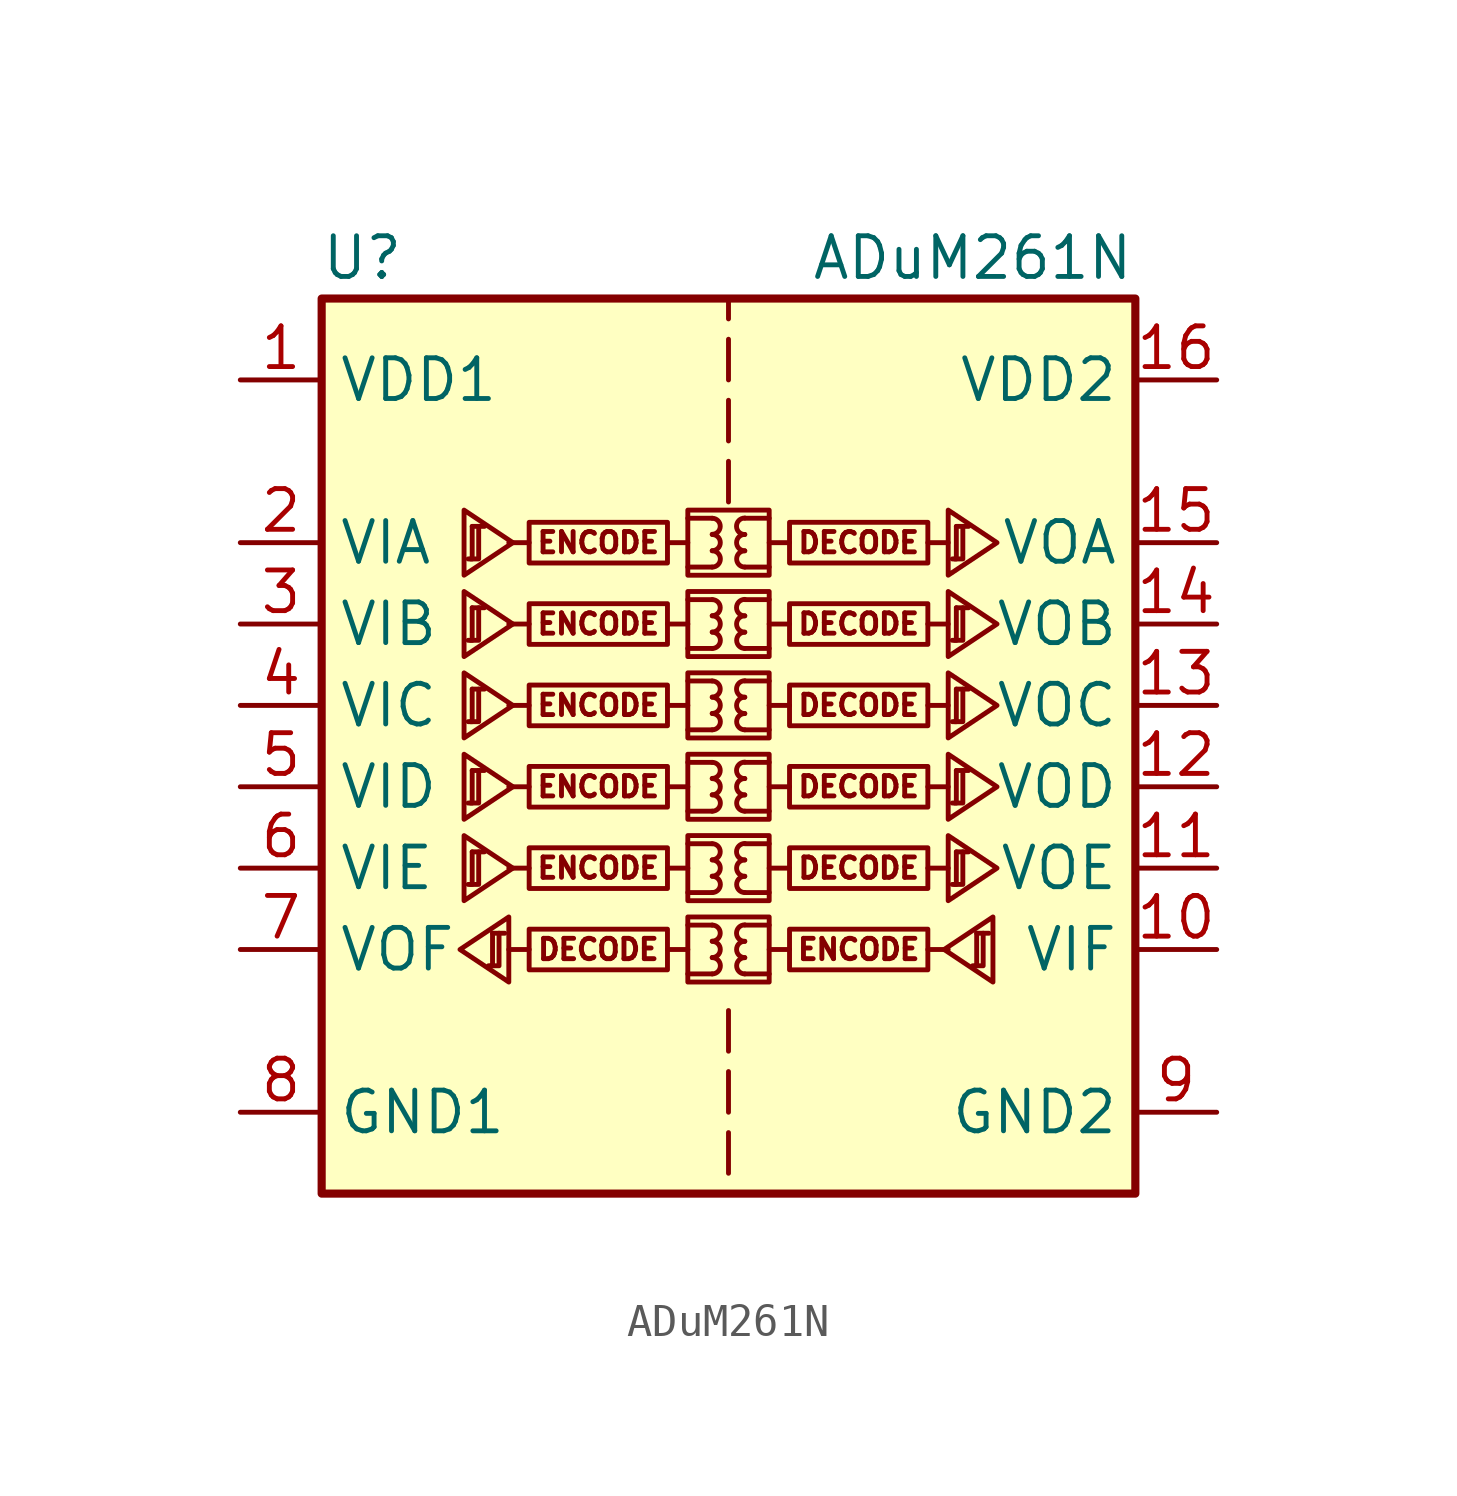
<source format=kicad_sym>
(kicad_symbol_lib
  (version 20201005)
  (generator kicad_symbol_editor)
  (symbol "Isolator_Digital:ADuM261N"
    (property "Reference" "U"
      (at -11.43 16.51 0)
      (effects (font (size 1.27 1.27))))
    (property "Value" "ADuM261N"
      (at 7.62 16.51 0)
      (effects (font (size 1.27 1.27))))
    (symbol "ADuM261N_1_0"
      (arc (start -0.508 -5.842) (end -0.508 -5.334) (radius (at -0.508 -5.588) (length 0.254) (angles -89.9 89.9)) (stroke (width 0)) (fill (type none)))
      (arc (start -0.508 -5.334) (end -0.508 -4.826) (radius (at -0.508 -5.08) (length 0.254) (angles -89.9 89.9)) (stroke (width 0)) (fill (type none)))
      (arc (start -0.508 -4.826) (end -0.508 -4.318) (radius (at -0.508 -4.572) (length 0.254) (angles -89.9 89.9)) (stroke (width 0)) (fill (type none)))
      (arc (start -0.508 -3.302) (end -0.508 -2.794) (radius (at -0.508 -3.048) (length 0.254) (angles -89.9 89.9)) (stroke (width 0)) (fill (type none)))
      (arc (start -0.508 -2.794) (end -0.508 -2.286) (radius (at -0.508 -2.54) (length 0.254) (angles -89.9 89.9)) (stroke (width 0)) (fill (type none)))
      (arc (start -0.508 -2.286) (end -0.508 -1.778) (radius (at -0.508 -2.032) (length 0.254) (angles -89.9 89.9)) (stroke (width 0)) (fill (type none)))
      (arc (start -0.508 -0.762) (end -0.508 -0.254) (radius (at -0.508 -0.508) (length 0.254) (angles -89.9 89.9)) (stroke (width 0)) (fill (type none)))
      (arc (start -0.508 -0.254) (end -0.508 0.254) (radius (at -0.508 0) (length 0.254) (angles -89.9 89.9)) (stroke (width 0)) (fill (type none)))
      (arc (start -0.508 0.254) (end -0.508 0.762) (radius (at -0.508 0.508) (length 0.254) (angles -89.9 89.9)) (stroke (width 0)) (fill (type none)))
      (arc (start -0.508 1.778) (end -0.508 2.286) (radius (at -0.508 2.032) (length 0.254) (angles -89.9 89.9)) (stroke (width 0)) (fill (type none)))
      (arc (start -0.508 2.286) (end -0.508 2.794) (radius (at -0.508 2.54) (length 0.254) (angles -89.9 89.9)) (stroke (width 0)) (fill (type none)))
      (arc (start -0.508 2.794) (end -0.508 3.302) (radius (at -0.508 3.048) (length 0.254) (angles -89.9 89.9)) (stroke (width 0)) (fill (type none)))
      (arc (start -0.508 4.318) (end -0.508 4.826) (radius (at -0.508 4.572) (length 0.254) (angles -89.9 89.9)) (stroke (width 0)) (fill (type none)))
      (arc (start -0.508 4.826) (end -0.508 5.334) (radius (at -0.508 5.08) (length 0.254) (angles -89.9 89.9)) (stroke (width 0)) (fill (type none)))
      (arc (start -0.508 5.334) (end -0.508 5.842) (radius (at -0.508 5.588) (length 0.254) (angles -89.9 89.9)) (stroke (width 0)) (fill (type none)))
      (arc (start -0.508 6.858) (end -0.508 7.366) (radius (at -0.508 7.112) (length 0.254) (angles -89.9 89.9)) (stroke (width 0)) (fill (type none)))
      (arc (start -0.508 7.366) (end -0.508 7.874) (radius (at -0.508 7.62) (length 0.254) (angles -89.9 89.9)) (stroke (width 0)) (fill (type none)))
      (arc (start -0.508 7.874) (end -0.508 8.382) (radius (at -0.508 8.128) (length 0.254) (angles -89.9 89.9)) (stroke (width 0)) (fill (type none)))
      (arc (start 0.508 -5.334) (end 0.508 -5.842) (radius (at 0.508 -5.588) (length 0.254) (angles 90.1 -90.1)) (stroke (width 0)) (fill (type none)))
      (arc (start 0.508 -4.826) (end 0.508 -5.334) (radius (at 0.508 -5.08) (length 0.254) (angles 90.1 -90.1)) (stroke (width 0)) (fill (type none)))
      (arc (start 0.508 -4.318) (end 0.508 -4.826) (radius (at 0.508 -4.572) (length 0.254) (angles 90.1 -90.1)) (stroke (width 0)) (fill (type none)))
      (arc (start 0.508 -2.794) (end 0.508 -3.302) (radius (at 0.508 -3.048) (length 0.254) (angles 90.1 -90.1)) (stroke (width 0)) (fill (type none)))
      (arc (start 0.508 -2.286) (end 0.508 -2.794) (radius (at 0.508 -2.54) (length 0.254) (angles 90.1 -90.1)) (stroke (width 0)) (fill (type none)))
      (arc (start 0.508 -1.778) (end 0.508 -2.286) (radius (at 0.508 -2.032) (length 0.254) (angles 90.1 -90.1)) (stroke (width 0)) (fill (type none)))
      (arc (start 0.508 -0.254) (end 0.508 -0.762) (radius (at 0.508 -0.508) (length 0.254) (angles 90.1 -90.1)) (stroke (width 0)) (fill (type none)))
      (arc (start 0.508 0.254) (end 0.508 -0.254) (radius (at 0.508 0) (length 0.254) (angles 90.1 -90.1)) (stroke (width 0)) (fill (type none)))
      (arc (start 0.508 0.762) (end 0.508 0.254) (radius (at 0.508 0.508) (length 0.254) (angles 90.1 -90.1)) (stroke (width 0)) (fill (type none)))
      (arc (start 0.508 2.286) (end 0.508 1.778) (radius (at 0.508 2.032) (length 0.254) (angles 90.1 -90.1)) (stroke (width 0)) (fill (type none)))
      (arc (start 0.508 2.794) (end 0.508 2.286) (radius (at 0.508 2.54) (length 0.254) (angles 90.1 -90.1)) (stroke (width 0)) (fill (type none)))
      (arc (start 0.508 3.302) (end 0.508 2.794) (radius (at 0.508 3.048) (length 0.254) (angles 90.1 -90.1)) (stroke (width 0)) (fill (type none)))
      (arc (start 0.508 4.826) (end 0.508 4.318) (radius (at 0.508 4.572) (length 0.254) (angles 90.1 -90.1)) (stroke (width 0)) (fill (type none)))
      (arc (start 0.508 5.334) (end 0.508 4.826) (radius (at 0.508 5.08) (length 0.254) (angles 90.1 -90.1)) (stroke (width 0)) (fill (type none)))
      (arc (start 0.508 5.842) (end 0.508 5.334) (radius (at 0.508 5.588) (length 0.254) (angles 90.1 -90.1)) (stroke (width 0)) (fill (type none)))
      (arc (start 0.508 7.366) (end 0.508 6.858) (radius (at 0.508 7.112) (length 0.254) (angles 90.1 -90.1)) (stroke (width 0)) (fill (type none)))
      (arc (start 0.508 7.874) (end 0.508 7.366) (radius (at 0.508 7.62) (length 0.254) (angles 90.1 -90.1)) (stroke (width 0)) (fill (type none)))
      (arc (start 0.508 8.382) (end 0.508 7.874) (radius (at 0.508 8.128) (length 0.254) (angles 90.1 -90.1)) (stroke (width 0)) (fill (type none)))
      (text "DECODE" (at -4.064 -5.08 0) (effects (font (size 0.635 0.635))))
      (text "DECODE" (at 4.064 -2.54 0) (effects (font (size 0.635 0.635))))
      (text "DECODE" (at 4.064 0 0) (effects (font (size 0.635 0.635))))
      (text "DECODE" (at 4.064 2.54 0) (effects (font (size 0.635 0.635))))
      (text "DECODE" (at 4.064 5.08 0) (effects (font (size 0.635 0.635))))
      (text "DECODE" (at 4.064 7.62 0) (effects (font (size 0.635 0.635))))
      (text "ENCODE" (at -4.064 -2.54 0) (effects (font (size 0.635 0.635))))
      (text "ENCODE" (at -4.064 0 0) (effects (font (size 0.635 0.635))))
      (text "ENCODE" (at -4.064 2.54 0) (effects (font (size 0.635 0.635))))
      (text "ENCODE" (at -4.064 5.08 0) (effects (font (size 0.635 0.635))))
      (text "ENCODE" (at -4.064 7.62 0) (effects (font (size 0.635 0.635))))
      (text "ENCODE" (at 4.064 -5.08 0) (effects (font (size 0.635 0.635))))
      (rectangle (start -1.27 -4.064) (end 1.27 -6.096) (stroke (width 0)) (fill (type none)))
      (rectangle (start -1.27 -1.524) (end 1.27 -3.556) (stroke (width 0)) (fill (type none)))
      (rectangle (start -1.27 1.016) (end 1.27 -1.016) (stroke (width 0)) (fill (type none)))
      (rectangle (start -1.27 3.556) (end 1.27 1.524) (stroke (width 0)) (fill (type none)))
      (rectangle (start -1.27 6.096) (end 1.27 4.064) (stroke (width 0)) (fill (type none)))
      (rectangle (start -1.27 8.636) (end 1.27 6.604) (stroke (width 0)) (fill (type none)))
      (rectangle (start 1.905 -4.445) (end 6.223 -5.715) (stroke (width 0)) (fill (type none)))
      (rectangle (start 1.905 -1.905) (end 6.223 -3.175) (stroke (width 0)) (fill (type none)))
      (rectangle (start 1.905 0.635) (end 6.223 -0.635) (stroke (width 0)) (fill (type none)))
      (rectangle (start 1.905 3.175) (end 6.223 1.905) (stroke (width 0)) (fill (type none)))
      (rectangle (start 1.905 5.715) (end 6.223 4.445) (stroke (width 0)) (fill (type none)))
      (rectangle (start 1.905 8.255) (end 6.223 6.985) (stroke (width 0)) (fill (type none)))
      (polyline (pts (xy -6.223 -5.08) (xy -6.858 -5.08)) (stroke (width 0)) (fill (type none)))
      (polyline (pts (xy -6.223 -2.54) (xy -6.858 -2.54)) (stroke (width 0)) (fill (type none)))
      (polyline (pts (xy -6.223 0) (xy -6.858 0)) (stroke (width 0)) (fill (type none)))
      (polyline (pts (xy -6.223 2.54) (xy -6.858 2.54)) (stroke (width 0)) (fill (type none)))
      (polyline (pts (xy -6.223 5.08) (xy -6.858 5.08)) (stroke (width 0)) (fill (type none)))
      (polyline (pts (xy -6.223 7.62) (xy -6.858 7.62)) (stroke (width 0)) (fill (type none)))
      (polyline (pts (xy -1.905 -5.08) (xy -1.27 -5.08)) (stroke (width 0)) (fill (type none)))
      (polyline (pts (xy -1.905 -2.54) (xy -1.27 -2.54)) (stroke (width 0)) (fill (type none)))
      (polyline (pts (xy -1.905 0) (xy -1.27 0)) (stroke (width 0)) (fill (type none)))
      (polyline (pts (xy -1.905 2.54) (xy -1.27 2.54)) (stroke (width 0)) (fill (type none)))
      (polyline (pts (xy -1.905 5.08) (xy -1.27 5.08)) (stroke (width 0)) (fill (type none)))
      (polyline (pts (xy -1.905 7.62) (xy -1.27 7.62)) (stroke (width 0)) (fill (type none)))
      (polyline (pts (xy -1.27 -5.842) (xy -0.508 -5.842)) (stroke (width 0)) (fill (type none)))
      (polyline (pts (xy -1.27 -4.318) (xy -0.508 -4.318)) (stroke (width 0)) (fill (type none)))
      (polyline (pts (xy -1.27 -3.302) (xy -0.508 -3.302)) (stroke (width 0)) (fill (type none)))
      (polyline (pts (xy -1.27 -1.778) (xy -0.508 -1.778)) (stroke (width 0)) (fill (type none)))
      (polyline (pts (xy -1.27 -0.762) (xy -0.508 -0.762)) (stroke (width 0)) (fill (type none)))
      (polyline (pts (xy -1.27 0.762) (xy -0.508 0.762)) (stroke (width 0)) (fill (type none)))
      (polyline (pts (xy -1.27 1.778) (xy -0.508 1.778)) (stroke (width 0)) (fill (type none)))
      (polyline (pts (xy -1.27 3.302) (xy -0.508 3.302)) (stroke (width 0)) (fill (type none)))
      (polyline (pts (xy -1.27 4.318) (xy -0.508 4.318)) (stroke (width 0)) (fill (type none)))
      (polyline (pts (xy -1.27 5.842) (xy -0.508 5.842)) (stroke (width 0)) (fill (type none)))
      (polyline (pts (xy -1.27 6.858) (xy -0.508 6.858)) (stroke (width 0)) (fill (type none)))
      (polyline (pts (xy -1.27 8.382) (xy -0.508 8.382)) (stroke (width 0)) (fill (type none)))
      (polyline (pts (xy 0 -10.795) (xy 0 -12.065)) (stroke (width 0)) (fill (type none)))
      (polyline (pts (xy 0 -8.89) (xy 0 -10.16)) (stroke (width 0)) (fill (type none)))
      (polyline (pts (xy 0 -6.985) (xy 0 -8.255)) (stroke (width 0)) (fill (type none)))
      (polyline (pts (xy 0 8.89) (xy 0 10.16)) (stroke (width 0)) (fill (type none)))
      (polyline (pts (xy 0 12.065) (xy 0 10.795)) (stroke (width 0)) (fill (type none)))
      (polyline (pts (xy 0 13.97) (xy 0 12.7)) (stroke (width 0)) (fill (type none)))
      (polyline (pts (xy 0 14.605) (xy 0 15.24)) (stroke (width 0)) (fill (type none)))
      (polyline (pts (xy 1.27 -5.842) (xy 0.508 -5.842)) (stroke (width 0)) (fill (type none)))
      (polyline (pts (xy 1.27 -4.318) (xy 0.508 -4.318)) (stroke (width 0)) (fill (type none)))
      (polyline (pts (xy 1.27 -3.302) (xy 0.508 -3.302)) (stroke (width 0)) (fill (type none)))
      (polyline (pts (xy 1.27 -1.778) (xy 0.508 -1.778)) (stroke (width 0)) (fill (type none)))
      (polyline (pts (xy 1.27 -0.762) (xy 0.508 -0.762)) (stroke (width 0)) (fill (type none)))
      (polyline (pts (xy 1.27 0.762) (xy 0.508 0.762)) (stroke (width 0)) (fill (type none)))
      (polyline (pts (xy 1.27 1.778) (xy 0.508 1.778)) (stroke (width 0)) (fill (type none)))
      (polyline (pts (xy 1.27 3.302) (xy 0.508 3.302)) (stroke (width 0)) (fill (type none)))
      (polyline (pts (xy 1.27 4.318) (xy 0.508 4.318)) (stroke (width 0)) (fill (type none)))
      (polyline (pts (xy 1.27 5.842) (xy 0.508 5.842)) (stroke (width 0)) (fill (type none)))
      (polyline (pts (xy 1.27 6.858) (xy 0.508 6.858)) (stroke (width 0)) (fill (type none)))
      (polyline (pts (xy 1.27 8.382) (xy 0.508 8.382)) (stroke (width 0)) (fill (type none)))
      (polyline (pts (xy 1.905 -5.08) (xy 1.27 -5.08)) (stroke (width 0)) (fill (type none)))
      (polyline (pts (xy 1.905 -2.54) (xy 1.27 -2.54)) (stroke (width 0)) (fill (type none)))
      (polyline (pts (xy 1.905 0) (xy 1.27 0)) (stroke (width 0)) (fill (type none)))
      (polyline (pts (xy 1.905 2.54) (xy 1.27 2.54)) (stroke (width 0)) (fill (type none)))
      (polyline (pts (xy 1.905 5.08) (xy 1.27 5.08)) (stroke (width 0)) (fill (type none)))
      (polyline (pts (xy 1.905 7.62) (xy 1.27 7.62)) (stroke (width 0)) (fill (type none)))
      (polyline (pts (xy 6.223 -5.08) (xy 6.858 -5.08)) (stroke (width 0)) (fill (type none)))
      (polyline (pts (xy 6.223 -2.54) (xy 6.858 -2.54)) (stroke (width 0)) (fill (type none)))
      (polyline (pts (xy 6.223 0) (xy 6.858 0)) (stroke (width 0)) (fill (type none)))
      (polyline (pts (xy 6.223 2.54) (xy 6.858 2.54)) (stroke (width 0)) (fill (type none)))
      (polyline (pts (xy 6.223 5.08) (xy 6.858 5.08)) (stroke (width 0)) (fill (type none)))
      (polyline (pts (xy 6.223 7.62) (xy 6.858 7.62)) (stroke (width 0)) (fill (type none))))
    (symbol "ADuM261N_1_1"
      (rectangle (start -1.905 -4.445) (end -6.223 -5.715) (stroke (width 0)) (fill (type none)))
      (rectangle (start -1.905 -1.905) (end -6.223 -3.175) (stroke (width 0)) (fill (type none)))
      (rectangle (start -1.905 0.635) (end -6.223 -0.635) (stroke (width 0)) (fill (type none)))
      (rectangle (start -1.905 3.175) (end -6.223 1.905) (stroke (width 0)) (fill (type none)))
      (rectangle (start -1.905 5.715) (end -6.223 4.445) (stroke (width 0)) (fill (type none)))
      (rectangle (start -1.905 8.255) (end -6.223 6.985) (stroke (width 0)) (fill (type none)))
      (rectangle (start -12.7 15.24) (end 12.7 -12.7) (stroke (width 0.254)) (fill (type background)))
      (polyline (pts (xy -8.001 -2.032) (xy -7.62 -2.032)) (stroke (width 0)) (fill (type none)))
      (polyline (pts (xy -8.001 0.508) (xy -7.62 0.508)) (stroke (width 0)) (fill (type none)))
      (polyline (pts (xy -8.001 3.048) (xy -7.62 3.048)) (stroke (width 0)) (fill (type none)))
      (polyline (pts (xy -8.001 5.588) (xy -7.62 5.588)) (stroke (width 0)) (fill (type none)))
      (polyline (pts (xy -8.001 8.128) (xy -7.62 8.128)) (stroke (width 0)) (fill (type none)))
      (polyline (pts (xy -7.366 -4.572) (xy -6.985 -4.572)) (stroke (width 0)) (fill (type none)))
      (polyline (pts (xy 7.112 -2.032) (xy 7.493 -2.032)) (stroke (width 0)) (fill (type none)))
      (polyline (pts (xy 7.112 0.508) (xy 7.493 0.508)) (stroke (width 0)) (fill (type none)))
      (polyline (pts (xy 7.112 3.048) (xy 7.493 3.048)) (stroke (width 0)) (fill (type none)))
      (polyline (pts (xy 7.112 5.588) (xy 7.493 5.588)) (stroke (width 0)) (fill (type none)))
      (polyline (pts (xy 7.112 8.128) (xy 7.493 8.128)) (stroke (width 0)) (fill (type none)))
      (polyline (pts (xy 7.747 -4.572) (xy 8.128 -4.572)) (stroke (width 0)) (fill (type none)))
      (polyline (pts (xy -8.052 -3.048) (xy -7.798 -3.048) (xy -7.798 -2.032)) (stroke (width 0)) (fill (type none)))
      (polyline (pts (xy -8.052 -0.508) (xy -7.798 -0.508) (xy -7.798 0.508)) (stroke (width 0)) (fill (type none)))
      (polyline (pts (xy -8.052 2.032) (xy -7.798 2.032) (xy -7.798 3.048)) (stroke (width 0)) (fill (type none)))
      (polyline (pts (xy -8.052 4.572) (xy -7.798 4.572) (xy -7.798 5.588)) (stroke (width 0)) (fill (type none)))
      (polyline (pts (xy -8.052 7.112) (xy -7.798 7.112) (xy -7.798 8.128)) (stroke (width 0)) (fill (type none)))
      (polyline (pts (xy -8.001 -2.032) (xy -8.001 -3.048) (xy -8.128 -3.048)) (stroke (width 0)) (fill (type none)))
      (polyline (pts (xy -8.001 0.508) (xy -8.001 -0.508) (xy -8.128 -0.508)) (stroke (width 0)) (fill (type none)))
      (polyline (pts (xy -8.001 3.048) (xy -8.001 2.032) (xy -8.128 2.032)) (stroke (width 0)) (fill (type none)))
      (polyline (pts (xy -8.001 5.588) (xy -8.001 4.572) (xy -8.128 4.572)) (stroke (width 0)) (fill (type none)))
      (polyline (pts (xy -8.001 8.128) (xy -8.001 7.112) (xy -8.128 7.112)) (stroke (width 0)) (fill (type none)))
      (polyline (pts (xy -7.417 -5.588) (xy -7.163 -5.588) (xy -7.163 -4.572)) (stroke (width 0)) (fill (type none)))
      (polyline (pts (xy -7.366 -4.572) (xy -7.366 -5.588) (xy -7.493 -5.588)) (stroke (width 0)) (fill (type none)))
      (polyline (pts (xy 7.061 -3.048) (xy 7.315 -3.048) (xy 7.315 -2.032)) (stroke (width 0)) (fill (type none)))
      (polyline (pts (xy 7.061 -0.508) (xy 7.315 -0.508) (xy 7.315 0.508)) (stroke (width 0)) (fill (type none)))
      (polyline (pts (xy 7.061 2.032) (xy 7.315 2.032) (xy 7.315 3.048)) (stroke (width 0)) (fill (type none)))
      (polyline (pts (xy 7.061 4.572) (xy 7.315 4.572) (xy 7.315 5.588)) (stroke (width 0)) (fill (type none)))
      (polyline (pts (xy 7.061 7.112) (xy 7.315 7.112) (xy 7.315 8.128)) (stroke (width 0)) (fill (type none)))
      (polyline (pts (xy 7.112 -2.032) (xy 7.112 -3.048) (xy 6.985 -3.048)) (stroke (width 0)) (fill (type none)))
      (polyline (pts (xy 7.112 0.508) (xy 7.112 -0.508) (xy 6.985 -0.508)) (stroke (width 0)) (fill (type none)))
      (polyline (pts (xy 7.112 3.048) (xy 7.112 2.032) (xy 6.985 2.032)) (stroke (width 0)) (fill (type none)))
      (polyline (pts (xy 7.112 5.588) (xy 7.112 4.572) (xy 6.985 4.572)) (stroke (width 0)) (fill (type none)))
      (polyline (pts (xy 7.112 8.128) (xy 7.112 7.112) (xy 6.985 7.112)) (stroke (width 0)) (fill (type none)))
      (polyline (pts (xy 7.696 -5.588) (xy 7.95 -5.588) (xy 7.95 -4.572)) (stroke (width 0)) (fill (type none)))
      (polyline (pts (xy 7.747 -4.572) (xy 7.747 -5.588) (xy 7.62 -5.588)) (stroke (width 0)) (fill (type none)))
      (polyline (pts (xy -8.382 -5.08) (xy -6.858 -4.064) (xy -6.858 -6.096) (xy -8.382 -5.08)) (stroke (width 0)) (fill (type none)))
      (polyline (pts (xy -6.731 -2.54) (xy -8.255 -1.524) (xy -8.255 -3.556) (xy -6.731 -2.54)) (stroke (width 0)) (fill (type none)))
      (polyline (pts (xy -6.731 0) (xy -8.255 1.016) (xy -8.255 -1.016) (xy -6.731 0)) (stroke (width 0)) (fill (type none)))
      (polyline (pts (xy -6.731 2.54) (xy -8.255 3.556) (xy -8.255 1.524) (xy -6.731 2.54)) (stroke (width 0)) (fill (type none)))
      (polyline (pts (xy -6.731 5.08) (xy -8.255 6.096) (xy -8.255 4.064) (xy -6.731 5.08)) (stroke (width 0)) (fill (type none)))
      (polyline (pts (xy -6.731 7.62) (xy -8.255 8.636) (xy -8.255 6.604) (xy -6.731 7.62)) (stroke (width 0)) (fill (type none)))
      (polyline (pts (xy 6.731 -5.08) (xy 8.255 -4.064) (xy 8.255 -6.096) (xy 6.731 -5.08)) (stroke (width 0)) (fill (type none)))
      (polyline (pts (xy 8.382 -2.54) (xy 6.858 -1.524) (xy 6.858 -3.556) (xy 8.382 -2.54)) (stroke (width 0)) (fill (type none)))
      (polyline (pts (xy 8.382 0) (xy 6.858 1.016) (xy 6.858 -1.016) (xy 8.382 0)) (stroke (width 0)) (fill (type none)))
      (polyline (pts (xy 8.382 2.54) (xy 6.858 3.556) (xy 6.858 1.524) (xy 8.382 2.54)) (stroke (width 0)) (fill (type none)))
      (polyline (pts (xy 8.382 5.08) (xy 6.858 6.096) (xy 6.858 4.064) (xy 8.382 5.08)) (stroke (width 0)) (fill (type none)))
      (polyline (pts (xy 8.382 7.62) (xy 6.858 8.636) (xy 6.858 6.604) (xy 8.382 7.62)) (stroke (width 0)) (fill (type none)))
      (pin power_in line (at -15.24 12.7 0) (length 2.54) (name "VDD1" (effects (font (size 1.27 1.27)))) (number "1" (effects (font (size 1.27 1.27)))))
      (pin input line (at 15.24 -5.08 180) (length 2.54) (name "VIF" (effects (font (size 1.27 1.27)))) (number "10" (effects (font (size 1.27 1.27)))))
      (pin output line (at 15.24 -2.54 180) (length 2.54) (name "VOE" (effects (font (size 1.27 1.27)))) (number "11" (effects (font (size 1.27 1.27)))))
      (pin output line (at 15.24 0 180) (length 2.54) (name "VOD" (effects (font (size 1.27 1.27)))) (number "12" (effects (font (size 1.27 1.27)))))
      (pin output line (at 15.24 2.54 180) (length 2.54) (name "VOC" (effects (font (size 1.27 1.27)))) (number "13" (effects (font (size 1.27 1.27)))))
      (pin output line (at 15.24 5.08 180) (length 2.54) (name "VOB" (effects (font (size 1.27 1.27)))) (number "14" (effects (font (size 1.27 1.27)))))
      (pin output line (at 15.24 7.62 180) (length 2.54) (name "VOA" (effects (font (size 1.27 1.27)))) (number "15" (effects (font (size 1.27 1.27)))))
      (pin power_in line (at 15.24 12.7 180) (length 2.54) (name "VDD2" (effects (font (size 1.27 1.27)))) (number "16" (effects (font (size 1.27 1.27)))))
      (pin input line (at -15.24 7.62 0) (length 2.54) (name "VIA" (effects (font (size 1.27 1.27)))) (number "2" (effects (font (size 1.27 1.27)))))
      (pin input line (at -15.24 5.08 0) (length 2.54) (name "VIB" (effects (font (size 1.27 1.27)))) (number "3" (effects (font (size 1.27 1.27)))))
      (pin input line (at -15.24 2.54 0) (length 2.54) (name "VIC" (effects (font (size 1.27 1.27)))) (number "4" (effects (font (size 1.27 1.27)))))
      (pin input line (at -15.24 0 0) (length 2.54) (name "VID" (effects (font (size 1.27 1.27)))) (number "5" (effects (font (size 1.27 1.27)))))
      (pin input line (at -15.24 -2.54 0) (length 2.54) (name "VIE" (effects (font (size 1.27 1.27)))) (number "6" (effects (font (size 1.27 1.27)))))
      (pin output line (at -15.24 -5.08 0) (length 2.54) (name "VOF" (effects (font (size 1.27 1.27)))) (number "7" (effects (font (size 1.27 1.27)))))
      (pin power_in line (at -15.24 -10.16 0) (length 2.54) (name "GND1" (effects (font (size 1.27 1.27)))) (number "8" (effects (font (size 1.27 1.27)))))
      (pin power_in line (at 15.24 -10.16 180) (length 2.54) (name "GND2" (effects (font (size 1.27 1.27)))) (number "9" (effects (font (size 1.27 1.27))))))))
</source>
